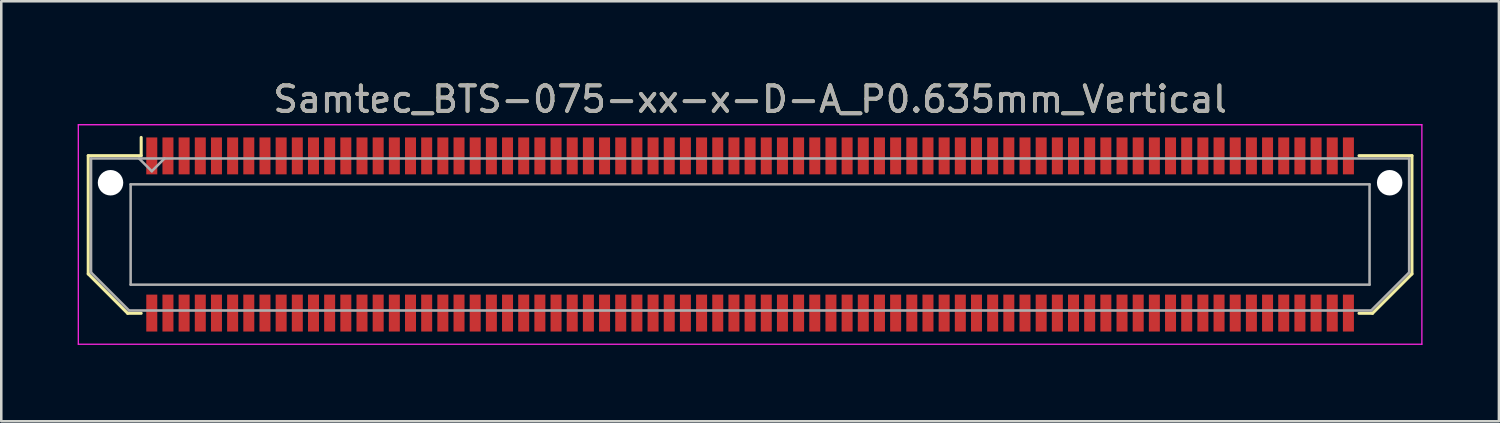
<source format=kicad_pcb>
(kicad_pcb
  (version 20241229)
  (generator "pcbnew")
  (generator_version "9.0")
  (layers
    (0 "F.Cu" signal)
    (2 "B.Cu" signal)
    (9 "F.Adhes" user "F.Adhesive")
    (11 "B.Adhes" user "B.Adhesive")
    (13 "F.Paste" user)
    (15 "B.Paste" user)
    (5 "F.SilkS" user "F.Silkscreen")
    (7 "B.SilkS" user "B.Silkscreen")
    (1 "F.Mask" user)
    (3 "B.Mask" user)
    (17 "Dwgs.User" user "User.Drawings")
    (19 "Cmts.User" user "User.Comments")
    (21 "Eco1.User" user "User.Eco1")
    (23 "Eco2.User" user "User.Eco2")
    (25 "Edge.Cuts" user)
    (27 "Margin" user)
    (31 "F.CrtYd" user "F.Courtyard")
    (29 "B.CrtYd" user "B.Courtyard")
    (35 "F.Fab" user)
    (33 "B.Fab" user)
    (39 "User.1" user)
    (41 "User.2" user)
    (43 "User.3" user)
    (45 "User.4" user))
  (footprint "Samtec_BTS-075-xx-x-D-A_P0.635mm_Vertical"
    (layer "F.Cu")
    (at 26.405 6.158)
    (property "Reference" "Samtec_BTS-075-xx-x-D-A_P0.635mm_Vertical" (at 0 -5.31 0) (layer "F.SilkS") (effects (font (size 1 1) (thickness 0.15))))
    (attr smd)
    (fp_line (start -25.99 -3.095) (end -25.99 1.548) (stroke (width 0.12) (type solid)) (layer "F.SilkS"))
    (fp_line (start -25.99 1.548) (end -24.442 3.095) (stroke (width 0.12) (type solid)) (layer "F.SilkS"))
    (fp_line (start -24.442 3.095) (end -23.911 3.095) (stroke (width 0.12) (type solid)) (layer "F.SilkS"))
    (fp_line (start -23.911 -3.811) (end -23.911 -3.095) (stroke (width 0.12) (type solid)) (layer "F.SilkS"))
    (fp_line (start -23.911 -3.095) (end -25.99 -3.095) (stroke (width 0.12) (type solid)) (layer "F.SilkS"))
    (fp_line (start 23.911 -3.095) (end 25.99 -3.095) (stroke (width 0.12) (type solid)) (layer "F.SilkS"))
    (fp_line (start 24.442 3.095) (end 23.911 3.095) (stroke (width 0.12) (type solid)) (layer "F.SilkS"))
    (fp_line (start 25.99 -3.095) (end 25.99 1.548) (stroke (width 0.12) (type solid)) (layer "F.SilkS"))
    (fp_line (start 25.99 1.548) (end 24.442 3.095) (stroke (width 0.12) (type solid)) (layer "F.SilkS"))
    (fp_line (start -26.38 -4.31) (end -26.38 4.31) (stroke (width 0.05) (type solid)) (layer "F.CrtYd"))
    (fp_line (start -26.38 4.31) (end 26.38 4.31) (stroke (width 0.05) (type solid)) (layer "F.CrtYd"))
    (fp_line (start 26.38 -4.31) (end -26.38 -4.31) (stroke (width 0.05) (type solid)) (layer "F.CrtYd"))
    (fp_line (start 26.38 4.31) (end 26.38 -4.31) (stroke (width 0.05) (type solid)) (layer "F.CrtYd"))
    (fp_line (start -25.88 -2.985) (end -25.88 1.492) (stroke (width 0.1) (type solid)) (layer "F.Fab"))
    (fp_line (start -25.88 -2.985) (end 25.88 -2.985) (stroke (width 0.1) (type solid)) (layer "F.Fab"))
    (fp_line (start -25.88 1.492) (end -24.387 2.985) (stroke (width 0.1) (type solid)) (layer "F.Fab"))
    (fp_line (start -24.387 2.985) (end 24.387 2.985) (stroke (width 0.1) (type solid)) (layer "F.Fab"))
    (fp_line (start -24.325 -1.97) (end -24.325 1.97) (stroke (width 0.1) (type solid)) (layer "F.Fab"))
    (fp_line (start -24.325 1.97) (end 24.325 1.97) (stroke (width 0.1) (type solid)) (layer "F.Fab"))
    (fp_line (start -23.495 -2.485) (end -23.995 -2.985) (stroke (width 0.1) (type solid)) (layer "F.Fab"))
    (fp_line (start -22.995 -2.985) (end -23.495 -2.485) (stroke (width 0.1) (type solid)) (layer "F.Fab"))
    (fp_line (start 24.325 -1.97) (end -24.325 -1.97) (stroke (width 0.1) (type solid)) (layer "F.Fab"))
    (fp_line (start 24.325 1.97) (end 24.325 -1.97) (stroke (width 0.1) (type solid)) (layer "F.Fab"))
    (fp_line (start 25.88 -2.985) (end 25.88 1.492) (stroke (width 0.1) (type solid)) (layer "F.Fab"))
    (fp_line (start 25.88 1.492) (end 24.387 2.985) (stroke (width 0.1) (type solid)) (layer "F.Fab"))
    (fp_text user "${REFERENCE}" (at 0 -5.31 0) (layer "F.Fab") (effects (font (size 1 1) (thickness 0.15))))
    (pad "" np_thru_hole circle (at -25.115 -2.032) (size 1 1) (drill 1) (layers "*.Cu" "*.Mask"))
    (pad "" np_thru_hole circle (at 25.115 -2.032) (size 1 1) (drill 1) (layers "*.Cu" "*.Mask"))
    (pad "1" smd rect (at -23.495 -3.086) (size 0.432 1.45) (layers "F.Cu" "F.Mask" "F.Paste"))
    (pad "2" smd rect (at -23.495 3.086) (size 0.432 1.45) (layers "F.Cu" "F.Mask" "F.Paste"))
    (pad "3" smd rect (at -22.86 -3.086) (size 0.432 1.45) (layers "F.Cu" "F.Mask" "F.Paste"))
    (pad "4" smd rect (at -22.86 3.086) (size 0.432 1.45) (layers "F.Cu" "F.Mask" "F.Paste"))
    (pad "5" smd rect (at -22.225 -3.086) (size 0.432 1.45) (layers "F.Cu" "F.Mask" "F.Paste"))
    (pad "6" smd rect (at -22.225 3.086) (size 0.432 1.45) (layers "F.Cu" "F.Mask" "F.Paste"))
    (pad "7" smd rect (at -21.59 -3.086) (size 0.432 1.45) (layers "F.Cu" "F.Mask" "F.Paste"))
    (pad "8" smd rect (at -21.59 3.086) (size 0.432 1.45) (layers "F.Cu" "F.Mask" "F.Paste"))
    (pad "9" smd rect (at -20.955 -3.086) (size 0.432 1.45) (layers "F.Cu" "F.Mask" "F.Paste"))
    (pad "10" smd rect (at -20.955 3.086) (size 0.432 1.45) (layers "F.Cu" "F.Mask" "F.Paste"))
    (pad "11" smd rect (at -20.32 -3.086) (size 0.432 1.45) (layers "F.Cu" "F.Mask" "F.Paste"))
    (pad "12" smd rect (at -20.32 3.086) (size 0.432 1.45) (layers "F.Cu" "F.Mask" "F.Paste"))
    (pad "13" smd rect (at -19.685 -3.086) (size 0.432 1.45) (layers "F.Cu" "F.Mask" "F.Paste"))
    (pad "14" smd rect (at -19.685 3.086) (size 0.432 1.45) (layers "F.Cu" "F.Mask" "F.Paste"))
    (pad "15" smd rect (at -19.05 -3.086) (size 0.432 1.45) (layers "F.Cu" "F.Mask" "F.Paste"))
    (pad "16" smd rect (at -19.05 3.086) (size 0.432 1.45) (layers "F.Cu" "F.Mask" "F.Paste"))
    (pad "17" smd rect (at -18.415 -3.086) (size 0.432 1.45) (layers "F.Cu" "F.Mask" "F.Paste"))
    (pad "18" smd rect (at -18.415 3.086) (size 0.432 1.45) (layers "F.Cu" "F.Mask" "F.Paste"))
    (pad "19" smd rect (at -17.78 -3.086) (size 0.432 1.45) (layers "F.Cu" "F.Mask" "F.Paste"))
    (pad "20" smd rect (at -17.78 3.086) (size 0.432 1.45) (layers "F.Cu" "F.Mask" "F.Paste"))
    (pad "21" smd rect (at -17.145 -3.086) (size 0.432 1.45) (layers "F.Cu" "F.Mask" "F.Paste"))
    (pad "22" smd rect (at -17.145 3.086) (size 0.432 1.45) (layers "F.Cu" "F.Mask" "F.Paste"))
    (pad "23" smd rect (at -16.51 -3.086) (size 0.432 1.45) (layers "F.Cu" "F.Mask" "F.Paste"))
    (pad "24" smd rect (at -16.51 3.086) (size 0.432 1.45) (layers "F.Cu" "F.Mask" "F.Paste"))
    (pad "25" smd rect (at -15.875 -3.086) (size 0.432 1.45) (layers "F.Cu" "F.Mask" "F.Paste"))
    (pad "26" smd rect (at -15.875 3.086) (size 0.432 1.45) (layers "F.Cu" "F.Mask" "F.Paste"))
    (pad "27" smd rect (at -15.24 -3.086) (size 0.432 1.45) (layers "F.Cu" "F.Mask" "F.Paste"))
    (pad "28" smd rect (at -15.24 3.086) (size 0.432 1.45) (layers "F.Cu" "F.Mask" "F.Paste"))
    (pad "29" smd rect (at -14.605 -3.086) (size 0.432 1.45) (layers "F.Cu" "F.Mask" "F.Paste"))
    (pad "30" smd rect (at -14.605 3.086) (size 0.432 1.45) (layers "F.Cu" "F.Mask" "F.Paste"))
    (pad "31" smd rect (at -13.97 -3.086) (size 0.432 1.45) (layers "F.Cu" "F.Mask" "F.Paste"))
    (pad "32" smd rect (at -13.97 3.086) (size 0.432 1.45) (layers "F.Cu" "F.Mask" "F.Paste"))
    (pad "33" smd rect (at -13.335 -3.086) (size 0.432 1.45) (layers "F.Cu" "F.Mask" "F.Paste"))
    (pad "34" smd rect (at -13.335 3.086) (size 0.432 1.45) (layers "F.Cu" "F.Mask" "F.Paste"))
    (pad "35" smd rect (at -12.7 -3.086) (size 0.432 1.45) (layers "F.Cu" "F.Mask" "F.Paste"))
    (pad "36" smd rect (at -12.7 3.086) (size 0.432 1.45) (layers "F.Cu" "F.Mask" "F.Paste"))
    (pad "37" smd rect (at -12.065 -3.086) (size 0.432 1.45) (layers "F.Cu" "F.Mask" "F.Paste"))
    (pad "38" smd rect (at -12.065 3.086) (size 0.432 1.45) (layers "F.Cu" "F.Mask" "F.Paste"))
    (pad "39" smd rect (at -11.43 -3.086) (size 0.432 1.45) (layers "F.Cu" "F.Mask" "F.Paste"))
    (pad "40" smd rect (at -11.43 3.086) (size 0.432 1.45) (layers "F.Cu" "F.Mask" "F.Paste"))
    (pad "41" smd rect (at -10.795 -3.086) (size 0.432 1.45) (layers "F.Cu" "F.Mask" "F.Paste"))
    (pad "42" smd rect (at -10.795 3.086) (size 0.432 1.45) (layers "F.Cu" "F.Mask" "F.Paste"))
    (pad "43" smd rect (at -10.16 -3.086) (size 0.432 1.45) (layers "F.Cu" "F.Mask" "F.Paste"))
    (pad "44" smd rect (at -10.16 3.086) (size 0.432 1.45) (layers "F.Cu" "F.Mask" "F.Paste"))
    (pad "45" smd rect (at -9.525 -3.086) (size 0.432 1.45) (layers "F.Cu" "F.Mask" "F.Paste"))
    (pad "46" smd rect (at -9.525 3.086) (size 0.432 1.45) (layers "F.Cu" "F.Mask" "F.Paste"))
    (pad "47" smd rect (at -8.89 -3.086) (size 0.432 1.45) (layers "F.Cu" "F.Mask" "F.Paste"))
    (pad "48" smd rect (at -8.89 3.086) (size 0.432 1.45) (layers "F.Cu" "F.Mask" "F.Paste"))
    (pad "49" smd rect (at -8.255 -3.086) (size 0.432 1.45) (layers "F.Cu" "F.Mask" "F.Paste"))
    (pad "50" smd rect (at -8.255 3.086) (size 0.432 1.45) (layers "F.Cu" "F.Mask" "F.Paste"))
    (pad "51" smd rect (at -7.62 -3.086) (size 0.432 1.45) (layers "F.Cu" "F.Mask" "F.Paste"))
    (pad "52" smd rect (at -7.62 3.086) (size 0.432 1.45) (layers "F.Cu" "F.Mask" "F.Paste"))
    (pad "53" smd rect (at -6.985 -3.086) (size 0.432 1.45) (layers "F.Cu" "F.Mask" "F.Paste"))
    (pad "54" smd rect (at -6.985 3.086) (size 0.432 1.45) (layers "F.Cu" "F.Mask" "F.Paste"))
    (pad "55" smd rect (at -6.35 -3.086) (size 0.432 1.45) (layers "F.Cu" "F.Mask" "F.Paste"))
    (pad "56" smd rect (at -6.35 3.086) (size 0.432 1.45) (layers "F.Cu" "F.Mask" "F.Paste"))
    (pad "57" smd rect (at -5.715 -3.086) (size 0.432 1.45) (layers "F.Cu" "F.Mask" "F.Paste"))
    (pad "58" smd rect (at -5.715 3.086) (size 0.432 1.45) (layers "F.Cu" "F.Mask" "F.Paste"))
    (pad "59" smd rect (at -5.08 -3.086) (size 0.432 1.45) (layers "F.Cu" "F.Mask" "F.Paste"))
    (pad "60" smd rect (at -5.08 3.086) (size 0.432 1.45) (layers "F.Cu" "F.Mask" "F.Paste"))
    (pad "61" smd rect (at -4.445 -3.086) (size 0.432 1.45) (layers "F.Cu" "F.Mask" "F.Paste"))
    (pad "62" smd rect (at -4.445 3.086) (size 0.432 1.45) (layers "F.Cu" "F.Mask" "F.Paste"))
    (pad "63" smd rect (at -3.81 -3.086) (size 0.432 1.45) (layers "F.Cu" "F.Mask" "F.Paste"))
    (pad "64" smd rect (at -3.81 3.086) (size 0.432 1.45) (layers "F.Cu" "F.Mask" "F.Paste"))
    (pad "65" smd rect (at -3.175 -3.086) (size 0.432 1.45) (layers "F.Cu" "F.Mask" "F.Paste"))
    (pad "66" smd rect (at -3.175 3.086) (size 0.432 1.45) (layers "F.Cu" "F.Mask" "F.Paste"))
    (pad "67" smd rect (at -2.54 -3.086) (size 0.432 1.45) (layers "F.Cu" "F.Mask" "F.Paste"))
    (pad "68" smd rect (at -2.54 3.086) (size 0.432 1.45) (layers "F.Cu" "F.Mask" "F.Paste"))
    (pad "69" smd rect (at -1.905 -3.086) (size 0.432 1.45) (layers "F.Cu" "F.Mask" "F.Paste"))
    (pad "70" smd rect (at -1.905 3.086) (size 0.432 1.45) (layers "F.Cu" "F.Mask" "F.Paste"))
    (pad "71" smd rect (at -1.27 -3.086) (size 0.432 1.45) (layers "F.Cu" "F.Mask" "F.Paste"))
    (pad "72" smd rect (at -1.27 3.086) (size 0.432 1.45) (layers "F.Cu" "F.Mask" "F.Paste"))
    (pad "73" smd rect (at -0.635 -3.086) (size 0.432 1.45) (layers "F.Cu" "F.Mask" "F.Paste"))
    (pad "74" smd rect (at -0.635 3.086) (size 0.432 1.45) (layers "F.Cu" "F.Mask" "F.Paste"))
    (pad "75" smd rect (at 0 -3.086) (size 0.432 1.45) (layers "F.Cu" "F.Mask" "F.Paste"))
    (pad "76" smd rect (at 0 3.086) (size 0.432 1.45) (layers "F.Cu" "F.Mask" "F.Paste"))
    (pad "77" smd rect (at 0.635 -3.086) (size 0.432 1.45) (layers "F.Cu" "F.Mask" "F.Paste"))
    (pad "78" smd rect (at 0.635 3.086) (size 0.432 1.45) (layers "F.Cu" "F.Mask" "F.Paste"))
    (pad "79" smd rect (at 1.27 -3.086) (size 0.432 1.45) (layers "F.Cu" "F.Mask" "F.Paste"))
    (pad "80" smd rect (at 1.27 3.086) (size 0.432 1.45) (layers "F.Cu" "F.Mask" "F.Paste"))
    (pad "81" smd rect (at 1.905 -3.086) (size 0.432 1.45) (layers "F.Cu" "F.Mask" "F.Paste"))
    (pad "82" smd rect (at 1.905 3.086) (size 0.432 1.45) (layers "F.Cu" "F.Mask" "F.Paste"))
    (pad "83" smd rect (at 2.54 -3.086) (size 0.432 1.45) (layers "F.Cu" "F.Mask" "F.Paste"))
    (pad "84" smd rect (at 2.54 3.086) (size 0.432 1.45) (layers "F.Cu" "F.Mask" "F.Paste"))
    (pad "85" smd rect (at 3.175 -3.086) (size 0.432 1.45) (layers "F.Cu" "F.Mask" "F.Paste"))
    (pad "86" smd rect (at 3.175 3.086) (size 0.432 1.45) (layers "F.Cu" "F.Mask" "F.Paste"))
    (pad "87" smd rect (at 3.81 -3.086) (size 0.432 1.45) (layers "F.Cu" "F.Mask" "F.Paste"))
    (pad "88" smd rect (at 3.81 3.086) (size 0.432 1.45) (layers "F.Cu" "F.Mask" "F.Paste"))
    (pad "89" smd rect (at 4.445 -3.086) (size 0.432 1.45) (layers "F.Cu" "F.Mask" "F.Paste"))
    (pad "90" smd rect (at 4.445 3.086) (size 0.432 1.45) (layers "F.Cu" "F.Mask" "F.Paste"))
    (pad "91" smd rect (at 5.08 -3.086) (size 0.432 1.45) (layers "F.Cu" "F.Mask" "F.Paste"))
    (pad "92" smd rect (at 5.08 3.086) (size 0.432 1.45) (layers "F.Cu" "F.Mask" "F.Paste"))
    (pad "93" smd rect (at 5.715 -3.086) (size 0.432 1.45) (layers "F.Cu" "F.Mask" "F.Paste"))
    (pad "94" smd rect (at 5.715 3.086) (size 0.432 1.45) (layers "F.Cu" "F.Mask" "F.Paste"))
    (pad "95" smd rect (at 6.35 -3.086) (size 0.432 1.45) (layers "F.Cu" "F.Mask" "F.Paste"))
    (pad "96" smd rect (at 6.35 3.086) (size 0.432 1.45) (layers "F.Cu" "F.Mask" "F.Paste"))
    (pad "97" smd rect (at 6.985 -3.086) (size 0.432 1.45) (layers "F.Cu" "F.Mask" "F.Paste"))
    (pad "98" smd rect (at 6.985 3.086) (size 0.432 1.45) (layers "F.Cu" "F.Mask" "F.Paste"))
    (pad "99" smd rect (at 7.62 -3.086) (size 0.432 1.45) (layers "F.Cu" "F.Mask" "F.Paste"))
    (pad "100" smd rect (at 7.62 3.086) (size 0.432 1.45) (layers "F.Cu" "F.Mask" "F.Paste"))
    (pad "101" smd rect (at 8.255 -3.086) (size 0.432 1.45) (layers "F.Cu" "F.Mask" "F.Paste"))
    (pad "102" smd rect (at 8.255 3.086) (size 0.432 1.45) (layers "F.Cu" "F.Mask" "F.Paste"))
    (pad "103" smd rect (at 8.89 -3.086) (size 0.432 1.45) (layers "F.Cu" "F.Mask" "F.Paste"))
    (pad "104" smd rect (at 8.89 3.086) (size 0.432 1.45) (layers "F.Cu" "F.Mask" "F.Paste"))
    (pad "105" smd rect (at 9.525 -3.086) (size 0.432 1.45) (layers "F.Cu" "F.Mask" "F.Paste"))
    (pad "106" smd rect (at 9.525 3.086) (size 0.432 1.45) (layers "F.Cu" "F.Mask" "F.Paste"))
    (pad "107" smd rect (at 10.16 -3.086) (size 0.432 1.45) (layers "F.Cu" "F.Mask" "F.Paste"))
    (pad "108" smd rect (at 10.16 3.086) (size 0.432 1.45) (layers "F.Cu" "F.Mask" "F.Paste"))
    (pad "109" smd rect (at 10.795 -3.086) (size 0.432 1.45) (layers "F.Cu" "F.Mask" "F.Paste"))
    (pad "110" smd rect (at 10.795 3.086) (size 0.432 1.45) (layers "F.Cu" "F.Mask" "F.Paste"))
    (pad "111" smd rect (at 11.43 -3.086) (size 0.432 1.45) (layers "F.Cu" "F.Mask" "F.Paste"))
    (pad "112" smd rect (at 11.43 3.086) (size 0.432 1.45) (layers "F.Cu" "F.Mask" "F.Paste"))
    (pad "113" smd rect (at 12.065 -3.086) (size 0.432 1.45) (layers "F.Cu" "F.Mask" "F.Paste"))
    (pad "114" smd rect (at 12.065 3.086) (size 0.432 1.45) (layers "F.Cu" "F.Mask" "F.Paste"))
    (pad "115" smd rect (at 12.7 -3.086) (size 0.432 1.45) (layers "F.Cu" "F.Mask" "F.Paste"))
    (pad "116" smd rect (at 12.7 3.086) (size 0.432 1.45) (layers "F.Cu" "F.Mask" "F.Paste"))
    (pad "117" smd rect (at 13.335 -3.086) (size 0.432 1.45) (layers "F.Cu" "F.Mask" "F.Paste"))
    (pad "118" smd rect (at 13.335 3.086) (size 0.432 1.45) (layers "F.Cu" "F.Mask" "F.Paste"))
    (pad "119" smd rect (at 13.97 -3.086) (size 0.432 1.45) (layers "F.Cu" "F.Mask" "F.Paste"))
    (pad "120" smd rect (at 13.97 3.086) (size 0.432 1.45) (layers "F.Cu" "F.Mask" "F.Paste"))
    (pad "121" smd rect (at 14.605 -3.086) (size 0.432 1.45) (layers "F.Cu" "F.Mask" "F.Paste"))
    (pad "122" smd rect (at 14.605 3.086) (size 0.432 1.45) (layers "F.Cu" "F.Mask" "F.Paste"))
    (pad "123" smd rect (at 15.24 -3.086) (size 0.432 1.45) (layers "F.Cu" "F.Mask" "F.Paste"))
    (pad "124" smd rect (at 15.24 3.086) (size 0.432 1.45) (layers "F.Cu" "F.Mask" "F.Paste"))
    (pad "125" smd rect (at 15.875 -3.086) (size 0.432 1.45) (layers "F.Cu" "F.Mask" "F.Paste"))
    (pad "126" smd rect (at 15.875 3.086) (size 0.432 1.45) (layers "F.Cu" "F.Mask" "F.Paste"))
    (pad "127" smd rect (at 16.51 -3.086) (size 0.432 1.45) (layers "F.Cu" "F.Mask" "F.Paste"))
    (pad "128" smd rect (at 16.51 3.086) (size 0.432 1.45) (layers "F.Cu" "F.Mask" "F.Paste"))
    (pad "129" smd rect (at 17.145 -3.086) (size 0.432 1.45) (layers "F.Cu" "F.Mask" "F.Paste"))
    (pad "130" smd rect (at 17.145 3.086) (size 0.432 1.45) (layers "F.Cu" "F.Mask" "F.Paste"))
    (pad "131" smd rect (at 17.78 -3.086) (size 0.432 1.45) (layers "F.Cu" "F.Mask" "F.Paste"))
    (pad "132" smd rect (at 17.78 3.086) (size 0.432 1.45) (layers "F.Cu" "F.Mask" "F.Paste"))
    (pad "133" smd rect (at 18.415 -3.086) (size 0.432 1.45) (layers "F.Cu" "F.Mask" "F.Paste"))
    (pad "134" smd rect (at 18.415 3.086) (size 0.432 1.45) (layers "F.Cu" "F.Mask" "F.Paste"))
    (pad "135" smd rect (at 19.05 -3.086) (size 0.432 1.45) (layers "F.Cu" "F.Mask" "F.Paste"))
    (pad "136" smd rect (at 19.05 3.086) (size 0.432 1.45) (layers "F.Cu" "F.Mask" "F.Paste"))
    (pad "137" smd rect (at 19.685 -3.086) (size 0.432 1.45) (layers "F.Cu" "F.Mask" "F.Paste"))
    (pad "138" smd rect (at 19.685 3.086) (size 0.432 1.45) (layers "F.Cu" "F.Mask" "F.Paste"))
    (pad "139" smd rect (at 20.32 -3.086) (size 0.432 1.45) (layers "F.Cu" "F.Mask" "F.Paste"))
    (pad "140" smd rect (at 20.32 3.086) (size 0.432 1.45) (layers "F.Cu" "F.Mask" "F.Paste"))
    (pad "141" smd rect (at 20.955 -3.086) (size 0.432 1.45) (layers "F.Cu" "F.Mask" "F.Paste"))
    (pad "142" smd rect (at 20.955 3.086) (size 0.432 1.45) (layers "F.Cu" "F.Mask" "F.Paste"))
    (pad "143" smd rect (at 21.59 -3.086) (size 0.432 1.45) (layers "F.Cu" "F.Mask" "F.Paste"))
    (pad "144" smd rect (at 21.59 3.086) (size 0.432 1.45) (layers "F.Cu" "F.Mask" "F.Paste"))
    (pad "145" smd rect (at 22.225 -3.086) (size 0.432 1.45) (layers "F.Cu" "F.Mask" "F.Paste"))
    (pad "146" smd rect (at 22.225 3.086) (size 0.432 1.45) (layers "F.Cu" "F.Mask" "F.Paste"))
    (pad "147" smd rect (at 22.86 -3.086) (size 0.432 1.45) (layers "F.Cu" "F.Mask" "F.Paste"))
    (pad "148" smd rect (at 22.86 3.086) (size 0.432 1.45) (layers "F.Cu" "F.Mask" "F.Paste"))
    (pad "149" smd rect (at 23.495 -3.086) (size 0.432 1.45) (layers "F.Cu" "F.Mask" "F.Paste"))
    (pad "150" smd rect (at 23.495 3.086) (size 0.432 1.45) (layers "F.Cu" "F.Mask" "F.Paste")))
  (gr_rect
    (start -3 -3)
    (end 55.81 13.493)
    (stroke (width 0.1) (type default))
    (fill no)
    (layer "Edge.Cuts")))
</source>
